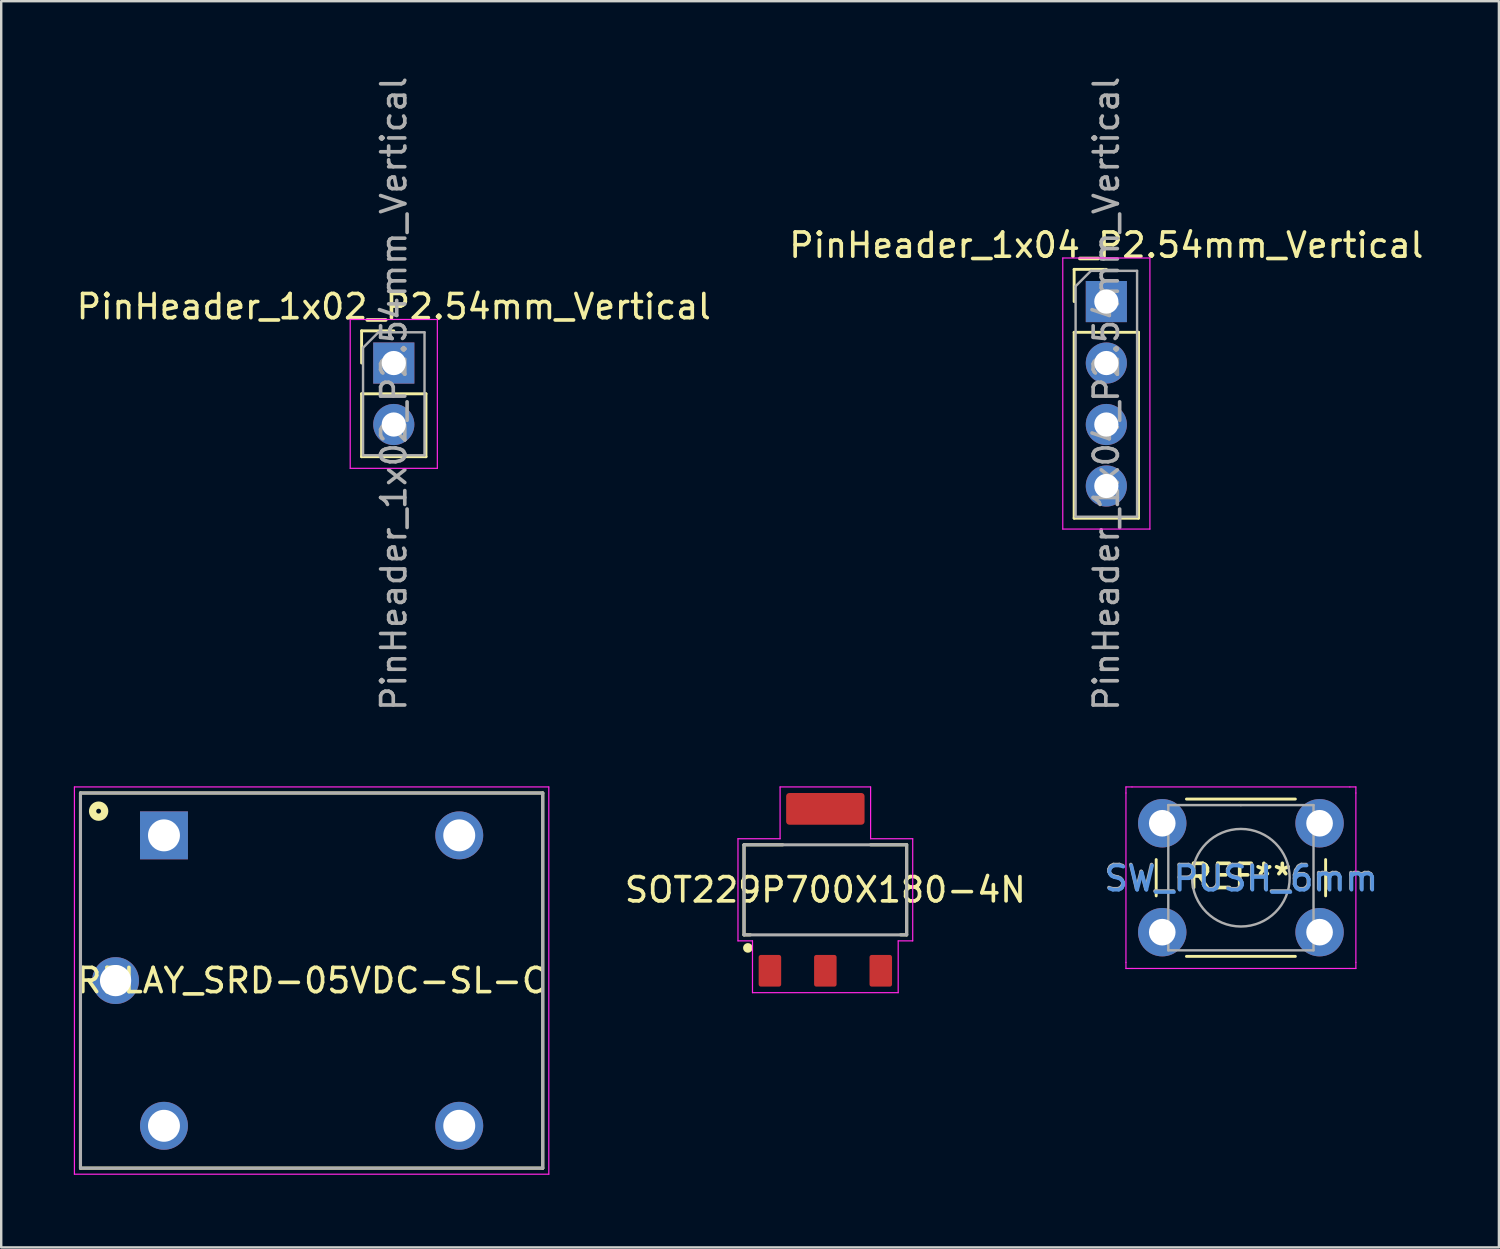
<source format=kicad_pcb>
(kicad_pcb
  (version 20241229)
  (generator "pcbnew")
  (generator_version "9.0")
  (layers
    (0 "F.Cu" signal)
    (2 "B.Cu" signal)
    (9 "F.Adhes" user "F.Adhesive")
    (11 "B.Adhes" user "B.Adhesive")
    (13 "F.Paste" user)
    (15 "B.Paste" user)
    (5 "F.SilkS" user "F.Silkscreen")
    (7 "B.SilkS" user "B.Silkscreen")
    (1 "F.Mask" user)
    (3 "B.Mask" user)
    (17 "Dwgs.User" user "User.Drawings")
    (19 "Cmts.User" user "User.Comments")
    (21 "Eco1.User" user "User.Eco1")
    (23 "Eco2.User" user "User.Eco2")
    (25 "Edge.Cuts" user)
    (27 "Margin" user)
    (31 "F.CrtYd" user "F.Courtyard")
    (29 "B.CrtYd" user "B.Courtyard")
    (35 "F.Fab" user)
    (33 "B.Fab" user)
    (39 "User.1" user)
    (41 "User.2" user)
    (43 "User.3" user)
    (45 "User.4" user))
  (footprint "SOT229P700X180-4N"
    (layer "F.Cu")
    (at 31.051 33.715)
    (property "Reference" "SOT229P700X180-4N" (at 0 0 0) (layer "F.SilkS") (effects (font (size 1.002 1.002) (thickness 0.15))))
    (attr through_hole)
    (fp_line (start -3.36 1.86) (end -3.36 -1.86) (stroke (width 0.127) (type solid)) (layer "F.SilkS"))
    (fp_line (start -3.36 1.86) (end -3.1 1.86) (stroke (width 0.127) (type solid)) (layer "F.SilkS"))
    (fp_line (start -1.76 -1.86) (end -3.36 -1.86) (stroke (width 0.127) (type solid)) (layer "F.SilkS"))
    (fp_line (start 3.11 1.86) (end 3.36 1.86) (stroke (width 0.127) (type solid)) (layer "F.SilkS"))
    (fp_line (start 3.36 -1.86) (end 1.87 -1.86) (stroke (width 0.127) (type solid)) (layer "F.SilkS"))
    (fp_line (start 3.36 1.86) (end 3.36 -1.86) (stroke (width 0.127) (type solid)) (layer "F.SilkS"))
    (fp_circle (center -3.2 2.4) (end -3.1 2.4) (stroke (width 0.2) (type solid)) (fill no) (layer "F.SilkS"))
    (fp_line (start -3.61 -2.11) (end -3.61 2.11) (stroke (width 0.05) (type solid)) (layer "F.CrtYd"))
    (fp_line (start -3.61 2.11) (end -3.01 2.11) (stroke (width 0.05) (type solid)) (layer "F.CrtYd"))
    (fp_line (start -3.01 2.11) (end -3.01 4.25) (stroke (width 0.05) (type solid)) (layer "F.CrtYd"))
    (fp_line (start -3.01 4.25) (end 3.01 4.25) (stroke (width 0.05) (type solid)) (layer "F.CrtYd"))
    (fp_line (start -1.87 -4.25) (end -1.87 -2.11) (stroke (width 0.05) (type solid)) (layer "F.CrtYd"))
    (fp_line (start -1.87 -2.11) (end -3.61 -2.11) (stroke (width 0.05) (type solid)) (layer "F.CrtYd"))
    (fp_line (start 1.87 -4.25) (end -1.87 -4.25) (stroke (width 0.05) (type solid)) (layer "F.CrtYd"))
    (fp_line (start 1.87 -2.11) (end 1.87 -4.25) (stroke (width 0.05) (type solid)) (layer "F.CrtYd"))
    (fp_line (start 3.01 2.11) (end 3.61 2.11) (stroke (width 0.05) (type solid)) (layer "F.CrtYd"))
    (fp_line (start 3.01 4.25) (end 3.01 2.11) (stroke (width 0.05) (type solid)) (layer "F.CrtYd"))
    (fp_line (start 3.61 -2.11) (end 1.87 -2.11) (stroke (width 0.05) (type solid)) (layer "F.CrtYd"))
    (fp_line (start 3.61 2.11) (end 3.61 -2.11) (stroke (width 0.05) (type solid)) (layer "F.CrtYd"))
    (fp_line (start -3.36 -1.86) (end 3.36 -1.86) (stroke (width 0.127) (type solid)) (layer "F.Fab"))
    (fp_line (start -3.36 1.86) (end -3.36 -1.86) (stroke (width 0.127) (type solid)) (layer "F.Fab"))
    (fp_line (start 3.36 -1.86) (end 3.36 1.86) (stroke (width 0.127) (type solid)) (layer "F.Fab"))
    (fp_line (start 3.36 1.86) (end -3.36 1.86) (stroke (width 0.127) (type solid)) (layer "F.Fab"))
    (pad "1" smd roundrect (at -2.29 3.345) (size 0.93 1.31) (layers "F.Cu" "F.Mask" "F.Paste") (roundrect_rratio 0.1))
    (pad "2" smd roundrect (at 0 3.345) (size 0.93 1.31) (layers "F.Cu" "F.Mask" "F.Paste") (roundrect_rratio 0.1))
    (pad "3" smd roundrect (at 2.29 3.345) (size 0.93 1.31) (layers "F.Cu" "F.Mask" "F.Paste") (roundrect_rratio 0.1))
    (pad "TAB" smd roundrect (at 0 -3.345) (size 3.24 1.31) (layers "F.Cu" "F.Mask" "F.Paste") (roundrect_rratio 0.1)))
  (footprint "PinHeader_1x04_P2.54mm_Vertical"
    (layer "F.Cu")
    (at 42.661 9.41)
    (property "Reference" "PinHeader_1x04_P2.54mm_Vertical" (at 0 -2.33 0) (layer "F.SilkS") (effects (font (size 1 1) (thickness 0.15))))
    (attr through_hole)
    (fp_line (start -1.33 -1.33) (end 0 -1.33) (stroke (width 0.12) (type solid)) (layer "F.SilkS"))
    (fp_line (start -1.33 0) (end -1.33 -1.33) (stroke (width 0.12) (type solid)) (layer "F.SilkS"))
    (fp_line (start -1.33 1.27) (end -1.33 8.95) (stroke (width 0.12) (type solid)) (layer "F.SilkS"))
    (fp_line (start -1.33 1.27) (end 1.33 1.27) (stroke (width 0.12) (type solid)) (layer "F.SilkS"))
    (fp_line (start -1.33 8.95) (end 1.33 8.95) (stroke (width 0.12) (type solid)) (layer "F.SilkS"))
    (fp_line (start 1.33 1.27) (end 1.33 8.95) (stroke (width 0.12) (type solid)) (layer "F.SilkS"))
    (fp_line (start -1.8 -1.8) (end -1.8 9.4) (stroke (width 0.05) (type solid)) (layer "F.CrtYd"))
    (fp_line (start -1.8 9.4) (end 1.8 9.4) (stroke (width 0.05) (type solid)) (layer "F.CrtYd"))
    (fp_line (start 1.8 -1.8) (end -1.8 -1.8) (stroke (width 0.05) (type solid)) (layer "F.CrtYd"))
    (fp_line (start 1.8 9.4) (end 1.8 -1.8) (stroke (width 0.05) (type solid)) (layer "F.CrtYd"))
    (fp_line (start -1.27 -0.635) (end -0.635 -1.27) (stroke (width 0.1) (type solid)) (layer "F.Fab"))
    (fp_line (start -1.27 8.89) (end -1.27 -0.635) (stroke (width 0.1) (type solid)) (layer "F.Fab"))
    (fp_line (start -0.635 -1.27) (end 1.27 -1.27) (stroke (width 0.1) (type solid)) (layer "F.Fab"))
    (fp_line (start 1.27 -1.27) (end 1.27 8.89) (stroke (width 0.1) (type solid)) (layer "F.Fab"))
    (fp_line (start 1.27 8.89) (end -1.27 8.89) (stroke (width 0.1) (type solid)) (layer "F.Fab"))
    (fp_text user "${REFERENCE}" (at 0 3.81 90) (layer "F.Fab") (effects (font (size 1 1) (thickness 0.15))))
    (pad "1" thru_hole rect (at 0 0) (size 1.7 1.7) (drill 1) (layers "*.Cu" "*.Mask"))
    (pad "2" thru_hole oval (at 0 2.54) (size 1.7 1.7) (drill 1) (layers "*.Cu" "*.Mask"))
    (pad "3" thru_hole oval (at 0 5.08) (size 1.7 1.7) (drill 1) (layers "*.Cu" "*.Mask"))
    (pad "4" thru_hole oval (at 0 7.62) (size 1.7 1.7) (drill 1) (layers "*.Cu" "*.Mask")))
  (footprint "PinHeader_1x02_P2.54mm_Vertical"
    (layer "F.Cu")
    (at 13.22 11.95)
    (property "Reference" "PinHeader_1x02_P2.54mm_Vertical" (at 0 -2.33 0) (layer "F.SilkS") (effects (font (size 1 1) (thickness 0.15))))
    (attr through_hole)
    (fp_line (start -1.33 -1.33) (end 0 -1.33) (stroke (width 0.12) (type solid)) (layer "F.SilkS"))
    (fp_line (start -1.33 0) (end -1.33 -1.33) (stroke (width 0.12) (type solid)) (layer "F.SilkS"))
    (fp_line (start -1.33 1.27) (end -1.33 3.87) (stroke (width 0.12) (type solid)) (layer "F.SilkS"))
    (fp_line (start -1.33 1.27) (end 1.33 1.27) (stroke (width 0.12) (type solid)) (layer "F.SilkS"))
    (fp_line (start -1.33 3.87) (end 1.33 3.87) (stroke (width 0.12) (type solid)) (layer "F.SilkS"))
    (fp_line (start 1.33 1.27) (end 1.33 3.87) (stroke (width 0.12) (type solid)) (layer "F.SilkS"))
    (fp_line (start -1.8 -1.8) (end -1.8 4.35) (stroke (width 0.05) (type solid)) (layer "F.CrtYd"))
    (fp_line (start -1.8 4.35) (end 1.8 4.35) (stroke (width 0.05) (type solid)) (layer "F.CrtYd"))
    (fp_line (start 1.8 -1.8) (end -1.8 -1.8) (stroke (width 0.05) (type solid)) (layer "F.CrtYd"))
    (fp_line (start 1.8 4.35) (end 1.8 -1.8) (stroke (width 0.05) (type solid)) (layer "F.CrtYd"))
    (fp_line (start -1.27 -0.635) (end -0.635 -1.27) (stroke (width 0.1) (type solid)) (layer "F.Fab"))
    (fp_line (start -1.27 3.81) (end -1.27 -0.635) (stroke (width 0.1) (type solid)) (layer "F.Fab"))
    (fp_line (start -0.635 -1.27) (end 1.27 -1.27) (stroke (width 0.1) (type solid)) (layer "F.Fab"))
    (fp_line (start 1.27 -1.27) (end 1.27 3.81) (stroke (width 0.1) (type solid)) (layer "F.Fab"))
    (fp_line (start 1.27 3.81) (end -1.27 3.81) (stroke (width 0.1) (type solid)) (layer "F.Fab"))
    (fp_text user "${REFERENCE}" (at 0 1.27 90) (layer "F.Fab") (effects (font (size 1 1) (thickness 0.15))))
    (pad "1" thru_hole rect (at 0 0) (size 1.7 1.7) (drill 1) (layers "*.Cu" "*.Mask"))
    (pad "2" thru_hole oval (at 0 2.54) (size 1.7 1.7) (drill 1) (layers "*.Cu" "*.Mask")))
  (footprint "SW_PUSH_6mm"
    (layer "F.Cu")
    (at 44.971 30.965)
    (property "Reference" "SW_PUSH_6mm" (at 3.272 2.292 0) (layer "Cmts.User") (effects (font (size 1 1) (thickness 0.15))))
    (attr through_hole)
    (fp_line (start -0.25 1.5) (end -0.25 3) (stroke (width 0.12) (type solid)) (layer "F.SilkS"))
    (fp_line (start 1 5.5) (end 5.5 5.5) (stroke (width 0.12) (type solid)) (layer "F.SilkS"))
    (fp_line (start 5.5 -1) (end 1 -1) (stroke (width 0.12) (type solid)) (layer "F.SilkS"))
    (fp_line (start 6.75 3) (end 6.75 1.5) (stroke (width 0.12) (type solid)) (layer "F.SilkS"))
    (fp_line (start -1.5 -1.5) (end -1.25 -1.5) (stroke (width 0.05) (type solid)) (layer "F.CrtYd"))
    (fp_line (start -1.5 -1.25) (end -1.5 -1.5) (stroke (width 0.05) (type solid)) (layer "F.CrtYd"))
    (fp_line (start -1.5 5.75) (end -1.5 -1.25) (stroke (width 0.05) (type solid)) (layer "F.CrtYd"))
    (fp_line (start -1.5 5.75) (end -1.5 6) (stroke (width 0.05) (type solid)) (layer "F.CrtYd"))
    (fp_line (start -1.5 6) (end -1.25 6) (stroke (width 0.05) (type solid)) (layer "F.CrtYd"))
    (fp_line (start -1.25 -1.5) (end 7.75 -1.5) (stroke (width 0.05) (type solid)) (layer "F.CrtYd"))
    (fp_line (start 7.75 -1.5) (end 8 -1.5) (stroke (width 0.05) (type solid)) (layer "F.CrtYd"))
    (fp_line (start 7.75 6) (end -1.25 6) (stroke (width 0.05) (type solid)) (layer "F.CrtYd"))
    (fp_line (start 7.75 6) (end 8 6) (stroke (width 0.05) (type solid)) (layer "F.CrtYd"))
    (fp_line (start 8 -1.5) (end 8 -1.25) (stroke (width 0.05) (type solid)) (layer "F.CrtYd"))
    (fp_line (start 8 -1.25) (end 8 5.75) (stroke (width 0.05) (type solid)) (layer "F.CrtYd"))
    (fp_line (start 8 6) (end 8 5.75) (stroke (width 0.05) (type solid)) (layer "F.CrtYd"))
    (fp_line (start 0.25 -0.75) (end 3.25 -0.75) (stroke (width 0.1) (type solid)) (layer "F.Fab"))
    (fp_line (start 0.25 5.25) (end 0.25 -0.75) (stroke (width 0.1) (type solid)) (layer "F.Fab"))
    (fp_line (start 3.25 -0.75) (end 6.25 -0.75) (stroke (width 0.1) (type solid)) (layer "F.Fab"))
    (fp_line (start 6.25 -0.75) (end 6.25 5.25) (stroke (width 0.1) (type solid)) (layer "F.Fab"))
    (fp_line (start 6.25 5.25) (end 0.25 5.25) (stroke (width 0.1) (type solid)) (layer "F.Fab"))
    (fp_circle (center 3.25 2.25) (end 1.25 2.5) (stroke (width 0.1) (type solid)) (fill no) (layer "F.Fab"))
    (fp_text user "REF**" (at 3.2 2.2 0) (layer "F.SilkS") (effects (font (size 1 1) (thickness 0.15))))
    (fp_text user "${REFERENCE}" (at 3.25 2.25 0) (layer "F.Fab") (effects (font (size 1 1) (thickness 0.15))))
    (pad "1" thru_hole circle (at 0 0 90) (size 2 2) (drill 1.1) (layers "*.Cu" "*.Mask"))
    (pad "1" thru_hole circle (at 6.5 0 90) (size 2 2) (drill 1.1) (layers "*.Cu" "*.Mask"))
    (pad "2" thru_hole circle (at 0 4.5 90) (size 2 2) (drill 1.1) (layers "*.Cu" "*.Mask"))
    (pad "2" thru_hole circle (at 6.5 4.5 90) (size 2 2) (drill 1.1) (layers "*.Cu" "*.Mask")))
  (footprint "RELAY_SRD-05VDC-SL-C"
    (layer "F.Cu")
    (at 9.825 37.465)
    (property "Reference" "RELAY_SRD-05VDC-SL-C" (at 0 0 0) (layer "F.SilkS") (effects (font (size 1 1) (thickness 0.15))))
    (attr through_hole)
    (fp_line (start -9.55 -7.75) (end 9.55 -7.75) (stroke (width 0.127) (type solid)) (layer "F.SilkS"))
    (fp_line (start -9.55 7.75) (end -9.55 -7.75) (stroke (width 0.127) (type solid)) (layer "F.SilkS"))
    (fp_line (start 9.55 -7.75) (end 9.55 7.75) (stroke (width 0.127) (type solid)) (layer "F.SilkS"))
    (fp_line (start 9.55 7.75) (end -9.55 7.75) (stroke (width 0.127) (type solid)) (layer "F.SilkS"))
    (fp_circle (center -8.8 -7) (end -8.7 -7) (stroke (width 0.3) (type solid)) (fill no) (layer "F.SilkS"))
    (fp_line (start -9.8 -8) (end 9.8 -8) (stroke (width 0.05) (type solid)) (layer "F.CrtYd"))
    (fp_line (start -9.8 8) (end -9.8 -8) (stroke (width 0.05) (type solid)) (layer "F.CrtYd"))
    (fp_line (start 9.8 -8) (end 9.8 8) (stroke (width 0.05) (type solid)) (layer "F.CrtYd"))
    (fp_line (start 9.8 8) (end -9.8 8) (stroke (width 0.05) (type solid)) (layer "F.CrtYd"))
    (fp_line (start -9.55 -7.75) (end 9.55 -7.75) (stroke (width 0.127) (type solid)) (layer "F.Fab"))
    (fp_line (start -9.55 7.75) (end -9.55 -7.75) (stroke (width 0.127) (type solid)) (layer "F.Fab"))
    (fp_line (start 9.55 -7.75) (end 9.55 7.75) (stroke (width 0.127) (type solid)) (layer "F.Fab"))
    (fp_line (start 9.55 7.75) (end -9.55 7.75) (stroke (width 0.127) (type solid)) (layer "F.Fab"))
    (pad "A1" thru_hole rect (at -6.1 -6) (size 1.98 1.98) (drill 1.32) (layers "*.Cu" "*.Mask"))
    (pad "A2" thru_hole circle (at -6.1 6) (size 1.98 1.98) (drill 1.32) (layers "*.Cu" "*.Mask"))
    (pad "COM" thru_hole circle (at -8.1 0) (size 1.935 1.935) (drill 1.29) (layers "*.Cu" "*.Mask"))
    (pad "NC" thru_hole circle (at 6.1 -6) (size 1.98 1.98) (drill 1.32) (layers "*.Cu" "*.Mask"))
    (pad "NO" thru_hole circle (at 6.1 6) (size 1.98 1.98) (drill 1.32) (layers "*.Cu" "*.Mask")))
  (gr_rect
    (start -3 -3)
    (end 58.881 48.49)
    (stroke (width 0.1) (type default))
    (fill no)
    (layer "Edge.Cuts")))
</source>
